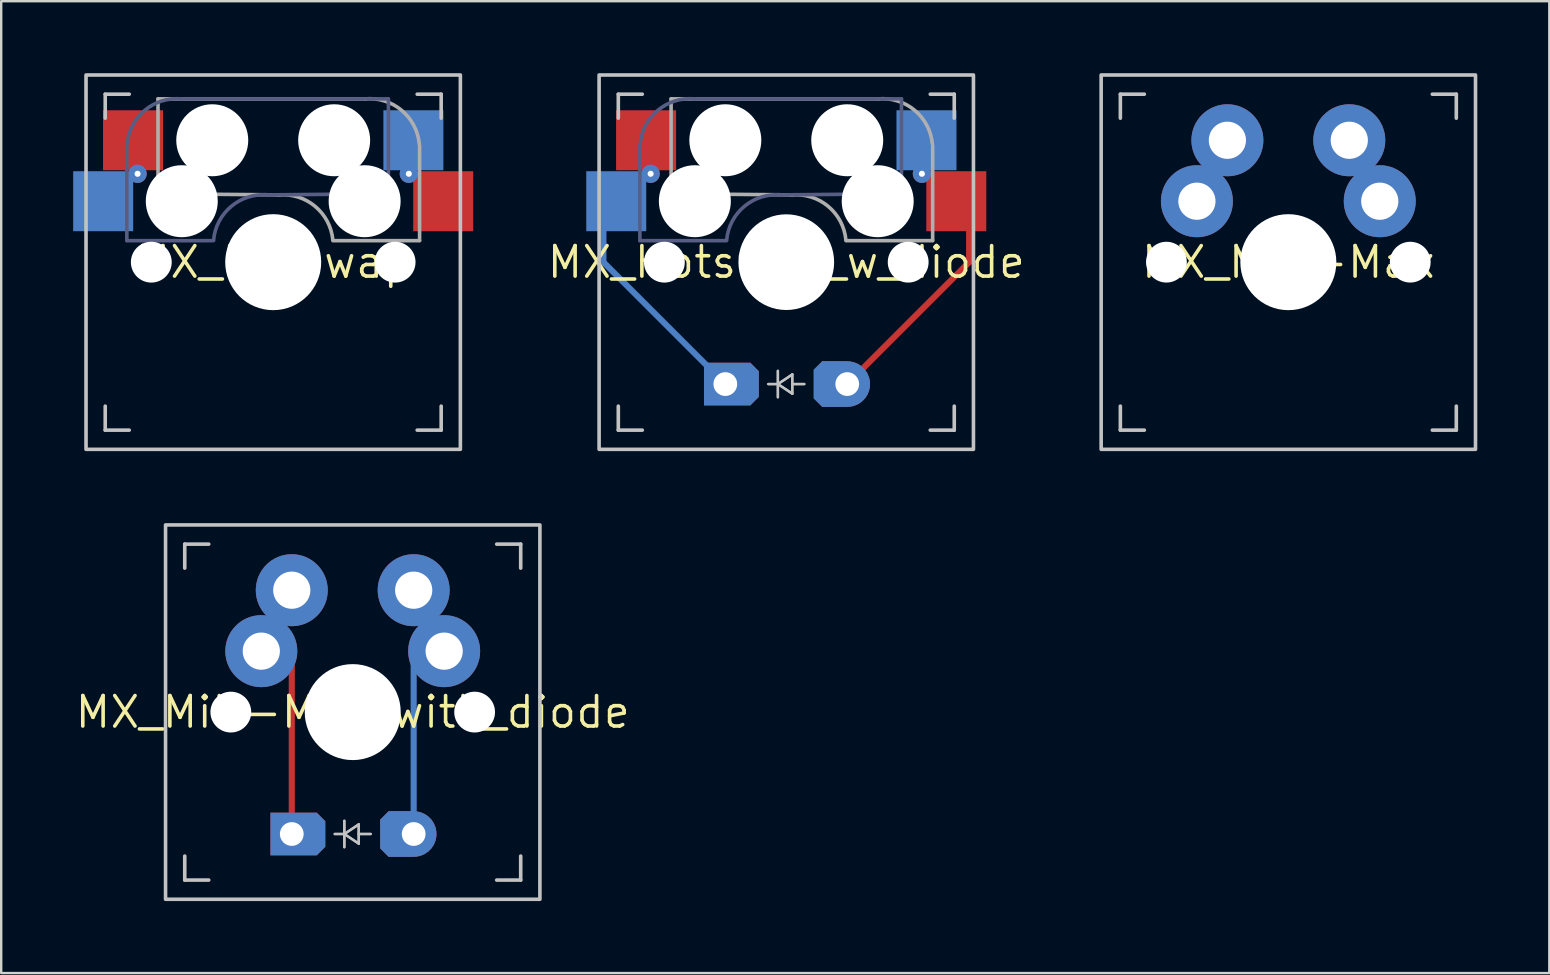
<source format=kicad_pcb>
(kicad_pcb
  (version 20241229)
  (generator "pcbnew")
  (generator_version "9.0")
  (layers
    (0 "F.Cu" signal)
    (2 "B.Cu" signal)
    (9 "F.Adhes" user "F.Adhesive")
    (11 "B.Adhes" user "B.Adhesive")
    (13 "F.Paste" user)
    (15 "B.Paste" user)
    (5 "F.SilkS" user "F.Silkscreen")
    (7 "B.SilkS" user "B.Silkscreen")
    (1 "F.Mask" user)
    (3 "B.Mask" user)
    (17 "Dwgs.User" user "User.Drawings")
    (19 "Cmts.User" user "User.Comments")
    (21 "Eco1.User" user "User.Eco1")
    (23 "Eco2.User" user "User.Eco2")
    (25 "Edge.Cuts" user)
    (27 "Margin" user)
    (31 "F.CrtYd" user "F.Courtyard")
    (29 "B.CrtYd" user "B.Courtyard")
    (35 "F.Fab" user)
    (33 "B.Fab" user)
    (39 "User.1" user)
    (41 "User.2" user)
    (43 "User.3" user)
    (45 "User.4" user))
  (footprint "MX_Hotswap"
    (layer "F.Cu")
    (at 8.335 7.875)
    (property "Reference" "MX_Hotswap" (at 0 0 0) (layer "F.SilkS") (effects (font (size 1.27 1.27) (thickness 0.15))))
    (attr through_hole)
    (fp_line (start -7 -6) (end -7 -7) (stroke (width 0.15) (type solid)) (layer "Dwgs.User"))
    (fp_line (start -7 7) (end -7 6) (stroke (width 0.15) (type solid)) (layer "Dwgs.User"))
    (fp_line (start -7 7) (end -6 7) (stroke (width 0.15) (type solid)) (layer "Dwgs.User"))
    (fp_line (start -6 -7) (end -7 -7) (stroke (width 0.15) (type solid)) (layer "Dwgs.User"))
    (fp_line (start 6 7) (end 7 7) (stroke (width 0.15) (type solid)) (layer "Dwgs.User"))
    (fp_line (start 7 -7) (end 6 -7) (stroke (width 0.15) (type solid)) (layer "Dwgs.User"))
    (fp_line (start 7 -7) (end 7 -6) (stroke (width 0.15) (type solid)) (layer "Dwgs.User"))
    (fp_line (start 7 6) (end 7 7) (stroke (width 0.15) (type solid)) (layer "Dwgs.User"))
    (fp_rect (start -7.8 -7.8) (end 7.8 7.8) (stroke (width 0.15) (type default)) (fill no) (layer "Dwgs.User"))
    (fp_circle (center 0 0) (end 1 0) (stroke (width 0.1) (type default)) (fill no) (layer "Dwgs.User"))
    (fp_line (start -6.1 -4.85) (end -6.1 -0.905) (stroke (width 0.15) (type solid)) (layer "B.Fab"))
    (fp_line (start -6.1 -0.896) (end -2.49 -0.896) (stroke (width 0.15) (type solid)) (layer "B.Fab"))
    (fp_line (start 4.8 -6.804) (end -3.825 -6.804) (stroke (width 0.15) (type solid)) (layer "B.Fab"))
    (fp_line (start 4.8 -2.896) (end 4.8 -6.804) (stroke (width 0.15) (type solid)) (layer "B.Fab"))
    (fp_line (start 4.8 -2.85) (end -0.25 -2.804) (stroke (width 0.15) (type solid)) (layer "B.Fab"))
    (fp_arc (start -6.089 -4.92) (mid -5.347189 -6.33089) (end -3.825 -6.804) (stroke (width 0.15) (type solid)) (layer "B.Fab"))
    (fp_arc (start -2.485 -0.92) (mid -1.744361 -2.328061) (end -0.225 -2.8) (stroke (width 0.15) (type solid)) (layer "B.Fab"))
    (fp_line (start -4.8 -6.804) (end 3.825 -6.804) (stroke (width 0.15) (type solid)) (layer "F.Fab"))
    (fp_line (start -4.8 -2.896) (end -4.8 -6.804) (stroke (width 0.15) (type solid)) (layer "F.Fab"))
    (fp_line (start -4.8 -2.85) (end 0.25 -2.804) (stroke (width 0.15) (type solid)) (layer "F.Fab"))
    (fp_line (start 6.1 -4.85) (end 6.1 -0.905) (stroke (width 0.15) (type solid)) (layer "F.Fab"))
    (fp_line (start 6.1 -0.896) (end 2.49 -0.896) (stroke (width 0.15) (type solid)) (layer "F.Fab"))
    (fp_arc (start 0.225 -2.8) (mid 1.74436 -2.328061) (end 2.485 -0.92) (stroke (width 0.15) (type solid)) (layer "F.Fab"))
    (fp_arc (start 3.825 -6.804) (mid 5.347189 -6.33089) (end 6.089 -4.92) (stroke (width 0.15) (type solid)) (layer "F.Fab"))
    (pad "" np_thru_hole circle (at -5.08 0) (size 1.702 1.702) (drill 1.702) (layers "*.Cu" "*.Mask"))
    (pad "" np_thru_hole circle (at -3.81 -2.54) (size 3 3) (drill 3) (layers "*.Cu" "*.Mask"))
    (pad "" np_thru_hole circle (at -2.54 -5.08) (size 3 3) (drill 3) (layers "*.Cu" "*.Mask"))
    (pad "" np_thru_hole circle (at 0 0 90) (size 4 4) (drill 4) (layers "*.Cu" "*.Mask"))
    (pad "" np_thru_hole circle (at 2.54 -5.08) (size 3 3) (drill 3) (layers "*.Cu" "*.Mask"))
    (pad "" np_thru_hole circle (at 3.81 -2.54) (size 3 3) (drill 3) (layers "*.Cu" "*.Mask"))
    (pad "" np_thru_hole circle (at 5.08 0) (size 1.702 1.702) (drill 1.702) (layers "*.Cu" "*.Mask"))
    (pad "1" smd rect (at -7.085 -2.54 180) (size 2.5 2.5) (layers "B.Cu" "B.Mask" "B.Paste"))
    (pad "1" smd rect (at -5.842 -5.08 180) (size 2.5 2.5) (layers "F.Cu" "F.Mask" "F.Paste"))
    (pad "1" thru_hole circle (at -5.652 -3.683 180) (size 0.762 0.762) (drill 0.254) (layers "*.Cu"))
    (pad "2" thru_hole circle (at 5.652 -3.683 180) (size 0.762 0.762) (drill 0.254) (layers "*.Cu"))
    (pad "2" smd rect (at 5.842 -5.08 180) (size 2.5 2.5) (layers "B.Cu" "B.Mask" "B.Paste"))
    (pad "2" smd rect (at 7.085 -2.54 180) (size 2.5 2.5) (layers "F.Cu" "F.Mask" "F.Paste")))
  (footprint "MX_Mill-Max_with_diode"
    (layer "F.Cu")
    (at 11.649 26.625)
    (property "Reference" "MX_Mill-Max_with_diode" (at 0 0 0) (layer "F.SilkS") (effects (font (size 1.27 1.27) (thickness 0.15))))
    (attr through_hole)
    (fp_line (start -2.54 5.08) (end -2.54 -2.54) (stroke (width 0.254) (type default)) (layer "F.Cu"))
    (fp_line (start 2.54 5.08) (end 2.54 -2.54) (stroke (width 0.254) (type default)) (layer "B.Cu"))
    (fp_line (start -7 -6) (end -7 -7) (stroke (width 0.15) (type solid)) (layer "Dwgs.User"))
    (fp_line (start -7 7) (end -7 6) (stroke (width 0.15) (type solid)) (layer "Dwgs.User"))
    (fp_line (start -7 7) (end -6 7) (stroke (width 0.15) (type solid)) (layer "Dwgs.User"))
    (fp_line (start -6 -7) (end -7 -7) (stroke (width 0.15) (type solid)) (layer "Dwgs.User"))
    (fp_line (start -0.75 5.08) (end -0.35 5.08) (stroke (width 0.1) (type solid)) (layer "Dwgs.User"))
    (fp_line (start -0.75 5.08) (end -0.35 5.08) (stroke (width 0.1) (type solid)) (layer "Dwgs.User"))
    (fp_line (start -0.35 5.08) (end -0.35 4.53) (stroke (width 0.1) (type solid)) (layer "Dwgs.User"))
    (fp_line (start -0.35 5.08) (end -0.35 4.53) (stroke (width 0.1) (type solid)) (layer "Dwgs.User"))
    (fp_line (start -0.35 5.08) (end -0.35 5.63) (stroke (width 0.1) (type solid)) (layer "Dwgs.User"))
    (fp_line (start -0.35 5.08) (end -0.35 5.63) (stroke (width 0.1) (type solid)) (layer "Dwgs.User"))
    (fp_line (start -0.35 5.08) (end 0.25 4.68) (stroke (width 0.1) (type solid)) (layer "Dwgs.User"))
    (fp_line (start -0.35 5.08) (end 0.25 4.68) (stroke (width 0.1) (type solid)) (layer "Dwgs.User"))
    (fp_line (start 0.25 4.68) (end 0.25 5.48) (stroke (width 0.1) (type solid)) (layer "Dwgs.User"))
    (fp_line (start 0.25 4.68) (end 0.25 5.48) (stroke (width 0.1) (type solid)) (layer "Dwgs.User"))
    (fp_line (start 0.25 5.08) (end 0.75 5.08) (stroke (width 0.1) (type solid)) (layer "Dwgs.User"))
    (fp_line (start 0.25 5.08) (end 0.75 5.08) (stroke (width 0.1) (type solid)) (layer "Dwgs.User"))
    (fp_line (start 0.25 5.48) (end -0.35 5.08) (stroke (width 0.1) (type solid)) (layer "Dwgs.User"))
    (fp_line (start 0.25 5.48) (end -0.35 5.08) (stroke (width 0.1) (type solid)) (layer "Dwgs.User"))
    (fp_line (start 6 7) (end 7 7) (stroke (width 0.15) (type solid)) (layer "Dwgs.User"))
    (fp_line (start 7 -7) (end 6 -7) (stroke (width 0.15) (type solid)) (layer "Dwgs.User"))
    (fp_line (start 7 -7) (end 7 -6) (stroke (width 0.15) (type solid)) (layer "Dwgs.User"))
    (fp_line (start 7 6) (end 7 7) (stroke (width 0.15) (type solid)) (layer "Dwgs.User"))
    (fp_rect (start -7.8 -7.8) (end 7.8 7.8) (stroke (width 0.15) (type default)) (fill no) (layer "Dwgs.User"))
    (fp_circle (center 0 0) (end 1 0) (stroke (width 0.1) (type default)) (fill no) (layer "Dwgs.User"))
    (pad "" np_thru_hole circle (at -5.08 0) (size 1.7 1.7) (drill 1.7) (layers "*.Cu" "*.Mask"))
    (pad "" np_thru_hole circle (at 0 0 90) (size 4 4) (drill 4) (layers "*.Cu" "*.Mask"))
    (pad "" np_thru_hole circle (at 5.08 0) (size 1.7 1.7) (drill 1.7) (layers "*.Cu" "*.Mask"))
    (pad "1" thru_hole circle (at -3.81 -2.54 180) (size 3 3) (drill 1.55) (layers "*.Cu" "B.Mask" "B.Paste"))
    (pad "1" thru_hole circle (at -2.54 -5.08 180) (size 3 3) (drill 1.55) (layers "*.Cu" "F.Mask" "F.Paste"))
    (pad "1" thru_hole roundrect (at -2.54 5.08) (size 2.286 1.778) (drill 0.991 (offset 0.254 0)) (layers "*.Cu" "*.Paste" "*.Mask") (roundrect_rratio 0) (chamfer_ratio 0.2) (chamfer top_right bottom_right))
    (pad "2" thru_hole circle (at 2.54 -5.08 180) (size 3 3) (drill 1.55) (layers "*.Cu" "B.Mask" "B.Paste"))
    (pad "2" thru_hole custom (at 2.54 5.08) (size 1.905 1.905) (drill 0.991) (layers "*.Cu" "*.Paste" "*.Mask") (options (anchor circle)) (primitives (gr_poly (pts (xy 0 0.953) (xy 0 -0.953) (xy -1.041 -0.953) (xy -1.397 -0.597) (xy -1.397 0.597) (xy -1.041 0.953)) (width 0) (fill yes))))
    (pad "2" thru_hole circle (at 3.81 -2.54 180) (size 3 3) (drill 1.55) (layers "*.Cu" "F.Mask" "F.Paste")))
  (footprint "MX_Hotswap_w_diode"
    (layer "F.Cu")
    (at 29.716 7.875)
    (property "Reference" "MX_Hotswap_w_diode" (at 0 0 0) (layer "F.SilkS") (effects (font (size 1.27 1.27) (thickness 0.15))))
    (attr through_hole)
    (fp_line (start 7.62 -2.54) (end 7.62 0) (stroke (width 0.254) (type default)) (layer "F.Cu"))
    (fp_line (start 7.62 0) (end 2.54 5.08) (stroke (width 0.254) (type default)) (layer "F.Cu"))
    (fp_line (start -7.62 -2.54) (end -7.62 0) (stroke (width 0.254) (type default)) (layer "B.Cu"))
    (fp_line (start -7.62 0) (end -2.54 5.08) (stroke (width 0.254) (type default)) (layer "B.Cu"))
    (fp_line (start -7 -6) (end -7 -7) (stroke (width 0.15) (type solid)) (layer "Dwgs.User"))
    (fp_line (start -7 7) (end -7 6) (stroke (width 0.15) (type solid)) (layer "Dwgs.User"))
    (fp_line (start -7 7) (end -6 7) (stroke (width 0.15) (type solid)) (layer "Dwgs.User"))
    (fp_line (start -6 -7) (end -7 -7) (stroke (width 0.15) (type solid)) (layer "Dwgs.User"))
    (fp_line (start -0.75 5.08) (end -0.35 5.08) (stroke (width 0.1) (type solid)) (layer "Dwgs.User"))
    (fp_line (start -0.75 5.08) (end -0.35 5.08) (stroke (width 0.1) (type solid)) (layer "Dwgs.User"))
    (fp_line (start -0.35 5.08) (end -0.35 4.53) (stroke (width 0.1) (type solid)) (layer "Dwgs.User"))
    (fp_line (start -0.35 5.08) (end -0.35 4.53) (stroke (width 0.1) (type solid)) (layer "Dwgs.User"))
    (fp_line (start -0.35 5.08) (end -0.35 5.63) (stroke (width 0.1) (type solid)) (layer "Dwgs.User"))
    (fp_line (start -0.35 5.08) (end -0.35 5.63) (stroke (width 0.1) (type solid)) (layer "Dwgs.User"))
    (fp_line (start -0.35 5.08) (end 0.25 4.68) (stroke (width 0.1) (type solid)) (layer "Dwgs.User"))
    (fp_line (start -0.35 5.08) (end 0.25 4.68) (stroke (width 0.1) (type solid)) (layer "Dwgs.User"))
    (fp_line (start 0.25 4.68) (end 0.25 5.48) (stroke (width 0.1) (type solid)) (layer "Dwgs.User"))
    (fp_line (start 0.25 4.68) (end 0.25 5.48) (stroke (width 0.1) (type solid)) (layer "Dwgs.User"))
    (fp_line (start 0.25 5.08) (end 0.75 5.08) (stroke (width 0.1) (type solid)) (layer "Dwgs.User"))
    (fp_line (start 0.25 5.08) (end 0.75 5.08) (stroke (width 0.1) (type solid)) (layer "Dwgs.User"))
    (fp_line (start 0.25 5.48) (end -0.35 5.08) (stroke (width 0.1) (type solid)) (layer "Dwgs.User"))
    (fp_line (start 0.25 5.48) (end -0.35 5.08) (stroke (width 0.1) (type solid)) (layer "Dwgs.User"))
    (fp_line (start 6 7) (end 7 7) (stroke (width 0.15) (type solid)) (layer "Dwgs.User"))
    (fp_line (start 7 -7) (end 6 -7) (stroke (width 0.15) (type solid)) (layer "Dwgs.User"))
    (fp_line (start 7 -7) (end 7 -6) (stroke (width 0.15) (type solid)) (layer "Dwgs.User"))
    (fp_line (start 7 6) (end 7 7) (stroke (width 0.15) (type solid)) (layer "Dwgs.User"))
    (fp_rect (start -7.8 -7.8) (end 7.8 7.8) (stroke (width 0.15) (type default)) (fill no) (layer "Dwgs.User"))
    (fp_circle (center 0 0) (end 1 0) (stroke (width 0.1) (type default)) (fill no) (layer "Dwgs.User"))
    (fp_line (start -6.1 -4.85) (end -6.1 -0.905) (stroke (width 0.15) (type solid)) (layer "B.Fab"))
    (fp_line (start -6.1 -0.896) (end -2.49 -0.896) (stroke (width 0.15) (type solid)) (layer "B.Fab"))
    (fp_line (start 4.8 -6.804) (end -3.825 -6.804) (stroke (width 0.15) (type solid)) (layer "B.Fab"))
    (fp_line (start 4.8 -2.896) (end 4.8 -6.804) (stroke (width 0.15) (type solid)) (layer "B.Fab"))
    (fp_line (start 4.8 -2.85) (end -0.25 -2.804) (stroke (width 0.15) (type solid)) (layer "B.Fab"))
    (fp_arc (start -6.089 -4.92) (mid -5.347189 -6.33089) (end -3.825 -6.804) (stroke (width 0.15) (type solid)) (layer "B.Fab"))
    (fp_arc (start -2.485 -0.92) (mid -1.744361 -2.328061) (end -0.225 -2.8) (stroke (width 0.15) (type solid)) (layer "B.Fab"))
    (fp_line (start -4.8 -6.804) (end 3.825 -6.804) (stroke (width 0.15) (type solid)) (layer "F.Fab"))
    (fp_line (start -4.8 -2.896) (end -4.8 -6.804) (stroke (width 0.15) (type solid)) (layer "F.Fab"))
    (fp_line (start -4.8 -2.85) (end 0.25 -2.804) (stroke (width 0.15) (type solid)) (layer "F.Fab"))
    (fp_line (start 6.1 -4.85) (end 6.1 -0.905) (stroke (width 0.15) (type solid)) (layer "F.Fab"))
    (fp_line (start 6.1 -0.896) (end 2.49 -0.896) (stroke (width 0.15) (type solid)) (layer "F.Fab"))
    (fp_arc (start 0.225 -2.8) (mid 1.74436 -2.328061) (end 2.485 -0.92) (stroke (width 0.15) (type solid)) (layer "F.Fab"))
    (fp_arc (start 3.825 -6.804) (mid 5.347189 -6.33089) (end 6.089 -4.92) (stroke (width 0.15) (type solid)) (layer "F.Fab"))
    (pad "" np_thru_hole circle (at -5.08 0) (size 1.702 1.702) (drill 1.702) (layers "*.Cu" "*.Mask"))
    (pad "" np_thru_hole circle (at -3.81 -2.54) (size 3 3) (drill 3) (layers "*.Cu" "*.Mask"))
    (pad "" np_thru_hole circle (at -2.54 -5.08) (size 3 3) (drill 3) (layers "*.Cu" "*.Mask"))
    (pad "" np_thru_hole circle (at 0 0) (size 3.988 3.988) (drill 3.988) (layers "*.Cu" "*.Mask"))
    (pad "" np_thru_hole circle (at 2.54 -5.08) (size 3 3) (drill 3) (layers "*.Cu" "*.Mask"))
    (pad "" np_thru_hole circle (at 3.81 -2.54) (size 3 3) (drill 3) (layers "*.Cu" "*.Mask"))
    (pad "" np_thru_hole circle (at 5.08 0) (size 1.702 1.702) (drill 1.702) (layers "*.Cu" "*.Mask"))
    (pad "1" smd rect (at -7.085 -2.54 180) (size 2.5 2.5) (layers "B.Cu" "B.Mask" "B.Paste"))
    (pad "1" smd rect (at -5.842 -5.08 180) (size 2.5 2.5) (layers "F.Cu" "F.Mask" "F.Paste"))
    (pad "1" thru_hole circle (at -5.652 -3.683 180) (size 0.762 0.762) (drill 0.254) (layers "*.Cu"))
    (pad "1" thru_hole roundrect (at -2.54 5.08) (size 2.286 1.778) (drill 0.991 (offset 0.254 0)) (layers "*.Cu" "*.Paste" "*.Mask") (roundrect_rratio 0) (chamfer_ratio 0.2) (chamfer top_right bottom_right))
    (pad "2" thru_hole custom (at 2.54 5.08) (size 1.905 1.905) (drill 0.991) (layers "*.Cu" "*.Paste" "*.Mask") (options (anchor circle)) (primitives (gr_poly (pts (xy 0 0.953) (xy 0 -0.953) (xy -1.041 -0.953) (xy -1.397 -0.597) (xy -1.397 0.597) (xy -1.041 0.953)) (width 0) (fill yes))))
    (pad "2" thru_hole circle (at 5.652 -3.683 180) (size 0.762 0.762) (drill 0.254) (layers "*.Cu"))
    (pad "2" smd rect (at 5.842 -5.08 180) (size 2.5 2.5) (layers "B.Cu" "B.Mask" "B.Paste"))
    (pad "2" smd rect (at 7.085 -2.54 180) (size 2.5 2.5) (layers "F.Cu" "F.Mask" "F.Paste")))
  (footprint "MX_Mill-Max"
    (layer "F.Cu")
    (at 50.638 7.875)
    (property "Reference" "MX_Mill-Max" (at 0 0 0) (layer "F.SilkS") (effects (font (size 1.27 1.27) (thickness 0.15))))
    (attr through_hole)
    (fp_line (start -7 -6) (end -7 -7) (stroke (width 0.15) (type solid)) (layer "Dwgs.User"))
    (fp_line (start -7 7) (end -7 6) (stroke (width 0.15) (type solid)) (layer "Dwgs.User"))
    (fp_line (start -7 7) (end -6 7) (stroke (width 0.15) (type solid)) (layer "Dwgs.User"))
    (fp_line (start -6 -7) (end -7 -7) (stroke (width 0.15) (type solid)) (layer "Dwgs.User"))
    (fp_line (start 6 7) (end 7 7) (stroke (width 0.15) (type solid)) (layer "Dwgs.User"))
    (fp_line (start 7 -7) (end 6 -7) (stroke (width 0.15) (type solid)) (layer "Dwgs.User"))
    (fp_line (start 7 -7) (end 7 -6) (stroke (width 0.15) (type solid)) (layer "Dwgs.User"))
    (fp_line (start 7 6) (end 7 7) (stroke (width 0.15) (type solid)) (layer "Dwgs.User"))
    (fp_rect (start -7.8 -7.8) (end 7.8 7.8) (stroke (width 0.15) (type default)) (fill no) (layer "Dwgs.User"))
    (fp_circle (center 0 0) (end 1 0) (stroke (width 0.1) (type default)) (fill no) (layer "Dwgs.User"))
    (pad "" np_thru_hole circle (at -5.08 0) (size 1.7 1.7) (drill 1.7) (layers "*.Cu" "*.Mask"))
    (pad "" np_thru_hole circle (at 0 0 90) (size 4 4) (drill 4) (layers "*.Cu" "*.Mask"))
    (pad "" np_thru_hole circle (at 5.08 0) (size 1.7 1.7) (drill 1.7) (layers "*.Cu" "*.Mask"))
    (pad "1" thru_hole circle (at -3.81 -2.54 180) (size 3 3) (drill 1.55) (layers "*.Cu" "B.Mask" "B.Paste"))
    (pad "1" thru_hole circle (at -2.54 -5.08 180) (size 3 3) (drill 1.55) (layers "*.Cu" "F.Mask" "F.Paste"))
    (pad "2" thru_hole circle (at 2.54 -5.08 180) (size 3 3) (drill 1.55) (layers "*.Cu" "B.Mask" "B.Paste"))
    (pad "2" thru_hole circle (at 3.81 -2.54 180) (size 3 3) (drill 1.55) (layers "*.Cu" "F.Mask" "F.Paste")))
  (gr_rect
    (start -3 -3)
    (end 61.513 37.5)
    (stroke (width 0.1) (type default))
    (fill no)
    (layer "Edge.Cuts")))
</source>
